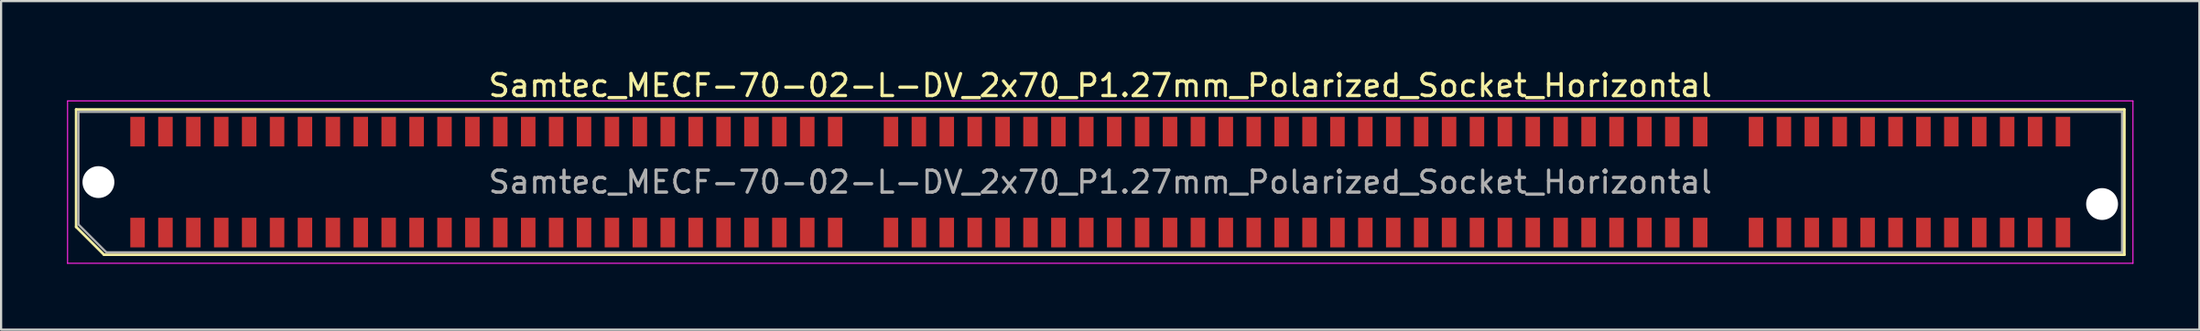
<source format=kicad_pcb>
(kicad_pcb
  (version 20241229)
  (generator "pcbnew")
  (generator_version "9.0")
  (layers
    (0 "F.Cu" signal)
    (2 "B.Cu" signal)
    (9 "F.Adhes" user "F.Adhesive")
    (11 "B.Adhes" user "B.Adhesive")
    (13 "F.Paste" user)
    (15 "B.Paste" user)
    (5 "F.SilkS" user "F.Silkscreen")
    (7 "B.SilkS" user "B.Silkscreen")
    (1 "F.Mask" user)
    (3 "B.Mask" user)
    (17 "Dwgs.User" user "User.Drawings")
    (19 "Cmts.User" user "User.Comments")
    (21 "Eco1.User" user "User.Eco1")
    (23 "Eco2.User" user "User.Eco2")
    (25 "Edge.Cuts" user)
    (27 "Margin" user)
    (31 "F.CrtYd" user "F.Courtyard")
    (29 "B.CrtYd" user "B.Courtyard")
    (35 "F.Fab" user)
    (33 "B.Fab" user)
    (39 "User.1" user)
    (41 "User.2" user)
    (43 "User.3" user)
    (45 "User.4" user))
  (footprint "Samtec_MECF-70-02-L-DV_2x70_P1.27mm_Polarized_Socket_Horizontal"
    (layer "F.Cu")
    (at 47.025 5.248)
    (property "Reference" "Samtec_MECF-70-02-L-DV_2x70_P1.27mm_Polarized_Socket_Horizontal" (at 0 -4.4 0) (layer "F.SilkS") (effects (font (size 1 1) (thickness 0.15))))
    (attr smd)
    (fp_line (start -46.61 -3.31) (end 46.61 -3.31) (stroke (width 0.12) (type solid)) (layer "F.SilkS"))
    (fp_line (start -46.61 2.04) (end -46.61 -3.31) (stroke (width 0.12) (type solid)) (layer "F.SilkS"))
    (fp_line (start -45.34 3.31) (end -46.61 2.04) (stroke (width 0.12) (type solid)) (layer "F.SilkS"))
    (fp_line (start -45.34 3.31) (end 46.61 3.31) (stroke (width 0.12) (type solid)) (layer "F.SilkS"))
    (fp_line (start 46.61 3.31) (end 46.61 -3.31) (stroke (width 0.12) (type solid)) (layer "F.SilkS"))
    (fp_line (start -47 -3.7) (end -47 3.7) (stroke (width 0.05) (type solid)) (layer "F.CrtYd"))
    (fp_line (start -47 3.7) (end 47 3.7) (stroke (width 0.05) (type solid)) (layer "F.CrtYd"))
    (fp_line (start 47 -3.7) (end -47 -3.7) (stroke (width 0.05) (type solid)) (layer "F.CrtYd"))
    (fp_line (start 47 3.7) (end 47 -3.7) (stroke (width 0.05) (type solid)) (layer "F.CrtYd"))
    (fp_line (start -46.505 -3.2) (end 46.505 -3.2) (stroke (width 0.1) (type solid)) (layer "F.Fab"))
    (fp_line (start -46.505 1.93) (end -46.505 -3.2) (stroke (width 0.1) (type solid)) (layer "F.Fab"))
    (fp_line (start -46.505 1.93) (end -45.235 3.2) (stroke (width 0.1) (type solid)) (layer "F.Fab"))
    (fp_line (start -45.235 3.2) (end 46.505 3.2) (stroke (width 0.1) (type solid)) (layer "F.Fab"))
    (fp_line (start 46.505 3.2) (end 46.505 -3.2) (stroke (width 0.1) (type solid)) (layer "F.Fab"))
    (fp_text user "${REFERENCE}" (at 0 0 0) (layer "F.Fab") (effects (font (size 1 1) (thickness 0.15))))
    (pad "" np_thru_hole circle (at -45.595 0) (size 1.45 1.45) (drill 1.45) (layers "*.Cu" "*.Mask"))
    (pad "" np_thru_hole circle (at 45.595 1) (size 1.45 1.45) (drill 1.45) (layers "*.Cu" "*.Mask"))
    (pad "1" smd rect (at -43.815 2.3) (size 0.66 1.35) (layers "F.Cu" "F.Mask" "F.Paste"))
    (pad "2" smd rect (at -43.815 -2.3) (size 0.66 1.35) (layers "F.Cu" "F.Mask" "F.Paste"))
    (pad "3" smd rect (at -42.545 2.3) (size 0.66 1.35) (layers "F.Cu" "F.Mask" "F.Paste"))
    (pad "4" smd rect (at -42.545 -2.3) (size 0.66 1.35) (layers "F.Cu" "F.Mask" "F.Paste"))
    (pad "5" smd rect (at -41.275 2.3) (size 0.66 1.35) (layers "F.Cu" "F.Mask" "F.Paste"))
    (pad "6" smd rect (at -41.275 -2.3) (size 0.66 1.35) (layers "F.Cu" "F.Mask" "F.Paste"))
    (pad "7" smd rect (at -40.005 2.3) (size 0.66 1.35) (layers "F.Cu" "F.Mask" "F.Paste"))
    (pad "8" smd rect (at -40.005 -2.3) (size 0.66 1.35) (layers "F.Cu" "F.Mask" "F.Paste"))
    (pad "9" smd rect (at -38.735 2.3) (size 0.66 1.35) (layers "F.Cu" "F.Mask" "F.Paste"))
    (pad "10" smd rect (at -38.735 -2.3) (size 0.66 1.35) (layers "F.Cu" "F.Mask" "F.Paste"))
    (pad "11" smd rect (at -37.465 2.3) (size 0.66 1.35) (layers "F.Cu" "F.Mask" "F.Paste"))
    (pad "12" smd rect (at -37.465 -2.3) (size 0.66 1.35) (layers "F.Cu" "F.Mask" "F.Paste"))
    (pad "13" smd rect (at -36.195 2.3) (size 0.66 1.35) (layers "F.Cu" "F.Mask" "F.Paste"))
    (pad "14" smd rect (at -36.195 -2.3) (size 0.66 1.35) (layers "F.Cu" "F.Mask" "F.Paste"))
    (pad "15" smd rect (at -34.925 2.3) (size 0.66 1.35) (layers "F.Cu" "F.Mask" "F.Paste"))
    (pad "16" smd rect (at -34.925 -2.3) (size 0.66 1.35) (layers "F.Cu" "F.Mask" "F.Paste"))
    (pad "17" smd rect (at -33.655 2.3) (size 0.66 1.35) (layers "F.Cu" "F.Mask" "F.Paste"))
    (pad "18" smd rect (at -33.655 -2.3) (size 0.66 1.35) (layers "F.Cu" "F.Mask" "F.Paste"))
    (pad "19" smd rect (at -32.385 2.3) (size 0.66 1.35) (layers "F.Cu" "F.Mask" "F.Paste"))
    (pad "20" smd rect (at -32.385 -2.3) (size 0.66 1.35) (layers "F.Cu" "F.Mask" "F.Paste"))
    (pad "21" smd rect (at -31.115 2.3) (size 0.66 1.35) (layers "F.Cu" "F.Mask" "F.Paste"))
    (pad "22" smd rect (at -31.115 -2.3) (size 0.66 1.35) (layers "F.Cu" "F.Mask" "F.Paste"))
    (pad "23" smd rect (at -29.845 2.3) (size 0.66 1.35) (layers "F.Cu" "F.Mask" "F.Paste"))
    (pad "24" smd rect (at -29.845 -2.3) (size 0.66 1.35) (layers "F.Cu" "F.Mask" "F.Paste"))
    (pad "25" smd rect (at -28.575 2.3) (size 0.66 1.35) (layers "F.Cu" "F.Mask" "F.Paste"))
    (pad "26" smd rect (at -28.575 -2.3) (size 0.66 1.35) (layers "F.Cu" "F.Mask" "F.Paste"))
    (pad "27" smd rect (at -27.305 2.3) (size 0.66 1.35) (layers "F.Cu" "F.Mask" "F.Paste"))
    (pad "28" smd rect (at -27.305 -2.3) (size 0.66 1.35) (layers "F.Cu" "F.Mask" "F.Paste"))
    (pad "29" smd rect (at -26.035 2.3) (size 0.66 1.35) (layers "F.Cu" "F.Mask" "F.Paste"))
    (pad "30" smd rect (at -26.035 -2.3) (size 0.66 1.35) (layers "F.Cu" "F.Mask" "F.Paste"))
    (pad "31" smd rect (at -24.765 2.3) (size 0.66 1.35) (layers "F.Cu" "F.Mask" "F.Paste"))
    (pad "32" smd rect (at -24.765 -2.3) (size 0.66 1.35) (layers "F.Cu" "F.Mask" "F.Paste"))
    (pad "33" smd rect (at -23.495 2.3) (size 0.66 1.35) (layers "F.Cu" "F.Mask" "F.Paste"))
    (pad "34" smd rect (at -23.495 -2.3) (size 0.66 1.35) (layers "F.Cu" "F.Mask" "F.Paste"))
    (pad "35" smd rect (at -22.225 2.3) (size 0.66 1.35) (layers "F.Cu" "F.Mask" "F.Paste"))
    (pad "36" smd rect (at -22.225 -2.3) (size 0.66 1.35) (layers "F.Cu" "F.Mask" "F.Paste"))
    (pad "37" smd rect (at -20.955 2.3) (size 0.66 1.35) (layers "F.Cu" "F.Mask" "F.Paste"))
    (pad "38" smd rect (at -20.955 -2.3) (size 0.66 1.35) (layers "F.Cu" "F.Mask" "F.Paste"))
    (pad "39" smd rect (at -19.685 2.3) (size 0.66 1.35) (layers "F.Cu" "F.Mask" "F.Paste"))
    (pad "40" smd rect (at -19.685 -2.3) (size 0.66 1.35) (layers "F.Cu" "F.Mask" "F.Paste"))
    (pad "41" smd rect (at -18.415 2.3) (size 0.66 1.35) (layers "F.Cu" "F.Mask" "F.Paste"))
    (pad "42" smd rect (at -18.415 -2.3) (size 0.66 1.35) (layers "F.Cu" "F.Mask" "F.Paste"))
    (pad "43" smd rect (at -17.145 2.3) (size 0.66 1.35) (layers "F.Cu" "F.Mask" "F.Paste"))
    (pad "44" smd rect (at -17.145 -2.3) (size 0.66 1.35) (layers "F.Cu" "F.Mask" "F.Paste"))
    (pad "45" smd rect (at -15.875 2.3) (size 0.66 1.35) (layers "F.Cu" "F.Mask" "F.Paste"))
    (pad "46" smd rect (at -15.875 -2.3) (size 0.66 1.35) (layers "F.Cu" "F.Mask" "F.Paste"))
    (pad "47" smd rect (at -14.605 2.3) (size 0.66 1.35) (layers "F.Cu" "F.Mask" "F.Paste"))
    (pad "48" smd rect (at -14.605 -2.3) (size 0.66 1.35) (layers "F.Cu" "F.Mask" "F.Paste"))
    (pad "49" smd rect (at -13.335 2.3) (size 0.66 1.35) (layers "F.Cu" "F.Mask" "F.Paste"))
    (pad "50" smd rect (at -13.335 -2.3) (size 0.66 1.35) (layers "F.Cu" "F.Mask" "F.Paste"))
    (pad "51" smd rect (at -12.065 2.3) (size 0.66 1.35) (layers "F.Cu" "F.Mask" "F.Paste"))
    (pad "52" smd rect (at -12.065 -2.3) (size 0.66 1.35) (layers "F.Cu" "F.Mask" "F.Paste"))
    (pad "55" smd rect (at -9.525 2.3) (size 0.66 1.35) (layers "F.Cu" "F.Mask" "F.Paste"))
    (pad "56" smd rect (at -9.525 -2.3) (size 0.66 1.35) (layers "F.Cu" "F.Mask" "F.Paste"))
    (pad "57" smd rect (at -8.255 2.3) (size 0.66 1.35) (layers "F.Cu" "F.Mask" "F.Paste"))
    (pad "58" smd rect (at -8.255 -2.3) (size 0.66 1.35) (layers "F.Cu" "F.Mask" "F.Paste"))
    (pad "59" smd rect (at -6.985 2.3) (size 0.66 1.35) (layers "F.Cu" "F.Mask" "F.Paste"))
    (pad "60" smd rect (at -6.985 -2.3) (size 0.66 1.35) (layers "F.Cu" "F.Mask" "F.Paste"))
    (pad "61" smd rect (at -5.715 2.3) (size 0.66 1.35) (layers "F.Cu" "F.Mask" "F.Paste"))
    (pad "62" smd rect (at -5.715 -2.3) (size 0.66 1.35) (layers "F.Cu" "F.Mask" "F.Paste"))
    (pad "63" smd rect (at -4.445 2.3) (size 0.66 1.35) (layers "F.Cu" "F.Mask" "F.Paste"))
    (pad "64" smd rect (at -4.445 -2.3) (size 0.66 1.35) (layers "F.Cu" "F.Mask" "F.Paste"))
    (pad "65" smd rect (at -3.175 2.3) (size 0.66 1.35) (layers "F.Cu" "F.Mask" "F.Paste"))
    (pad "66" smd rect (at -3.175 -2.3) (size 0.66 1.35) (layers "F.Cu" "F.Mask" "F.Paste"))
    (pad "67" smd rect (at -1.905 2.3) (size 0.66 1.35) (layers "F.Cu" "F.Mask" "F.Paste"))
    (pad "68" smd rect (at -1.905 -2.3) (size 0.66 1.35) (layers "F.Cu" "F.Mask" "F.Paste"))
    (pad "69" smd rect (at -0.635 2.3) (size 0.66 1.35) (layers "F.Cu" "F.Mask" "F.Paste"))
    (pad "70" smd rect (at -0.635 -2.3) (size 0.66 1.35) (layers "F.Cu" "F.Mask" "F.Paste"))
    (pad "71" smd rect (at 0.635 2.3) (size 0.66 1.35) (layers "F.Cu" "F.Mask" "F.Paste"))
    (pad "72" smd rect (at 0.635 -2.3) (size 0.66 1.35) (layers "F.Cu" "F.Mask" "F.Paste"))
    (pad "73" smd rect (at 1.905 2.3) (size 0.66 1.35) (layers "F.Cu" "F.Mask" "F.Paste"))
    (pad "74" smd rect (at 1.905 -2.3) (size 0.66 1.35) (layers "F.Cu" "F.Mask" "F.Paste"))
    (pad "75" smd rect (at 3.175 2.3) (size 0.66 1.35) (layers "F.Cu" "F.Mask" "F.Paste"))
    (pad "76" smd rect (at 3.175 -2.3) (size 0.66 1.35) (layers "F.Cu" "F.Mask" "F.Paste"))
    (pad "77" smd rect (at 4.445 2.3) (size 0.66 1.35) (layers "F.Cu" "F.Mask" "F.Paste"))
    (pad "78" smd rect (at 4.445 -2.3) (size 0.66 1.35) (layers "F.Cu" "F.Mask" "F.Paste"))
    (pad "79" smd rect (at 5.715 2.3) (size 0.66 1.35) (layers "F.Cu" "F.Mask" "F.Paste"))
    (pad "80" smd rect (at 5.715 -2.3) (size 0.66 1.35) (layers "F.Cu" "F.Mask" "F.Paste"))
    (pad "81" smd rect (at 6.985 2.3) (size 0.66 1.35) (layers "F.Cu" "F.Mask" "F.Paste"))
    (pad "82" smd rect (at 6.985 -2.3) (size 0.66 1.35) (layers "F.Cu" "F.Mask" "F.Paste"))
    (pad "83" smd rect (at 8.255 2.3) (size 0.66 1.35) (layers "F.Cu" "F.Mask" "F.Paste"))
    (pad "84" smd rect (at 8.255 -2.3) (size 0.66 1.35) (layers "F.Cu" "F.Mask" "F.Paste"))
    (pad "85" smd rect (at 9.525 2.3) (size 0.66 1.35) (layers "F.Cu" "F.Mask" "F.Paste"))
    (pad "86" smd rect (at 9.525 -2.3) (size 0.66 1.35) (layers "F.Cu" "F.Mask" "F.Paste"))
    (pad "87" smd rect (at 10.795 2.3) (size 0.66 1.35) (layers "F.Cu" "F.Mask" "F.Paste"))
    (pad "88" smd rect (at 10.795 -2.3) (size 0.66 1.35) (layers "F.Cu" "F.Mask" "F.Paste"))
    (pad "89" smd rect (at 12.065 2.3) (size 0.66 1.35) (layers "F.Cu" "F.Mask" "F.Paste"))
    (pad "90" smd rect (at 12.065 -2.3) (size 0.66 1.35) (layers "F.Cu" "F.Mask" "F.Paste"))
    (pad "91" smd rect (at 13.335 2.3) (size 0.66 1.35) (layers "F.Cu" "F.Mask" "F.Paste"))
    (pad "92" smd rect (at 13.335 -2.3) (size 0.66 1.35) (layers "F.Cu" "F.Mask" "F.Paste"))
    (pad "93" smd rect (at 14.605 2.3) (size 0.66 1.35) (layers "F.Cu" "F.Mask" "F.Paste"))
    (pad "94" smd rect (at 14.605 -2.3) (size 0.66 1.35) (layers "F.Cu" "F.Mask" "F.Paste"))
    (pad "95" smd rect (at 15.875 2.3) (size 0.66 1.35) (layers "F.Cu" "F.Mask" "F.Paste"))
    (pad "96" smd rect (at 15.875 -2.3) (size 0.66 1.35) (layers "F.Cu" "F.Mask" "F.Paste"))
    (pad "97" smd rect (at 17.145 2.3) (size 0.66 1.35) (layers "F.Cu" "F.Mask" "F.Paste"))
    (pad "98" smd rect (at 17.145 -2.3) (size 0.66 1.35) (layers "F.Cu" "F.Mask" "F.Paste"))
    (pad "99" smd rect (at 18.415 2.3) (size 0.66 1.35) (layers "F.Cu" "F.Mask" "F.Paste"))
    (pad "100" smd rect (at 18.415 -2.3) (size 0.66 1.35) (layers "F.Cu" "F.Mask" "F.Paste"))
    (pad "101" smd rect (at 19.685 2.3) (size 0.66 1.35) (layers "F.Cu" "F.Mask" "F.Paste"))
    (pad "102" smd rect (at 19.685 -2.3) (size 0.66 1.35) (layers "F.Cu" "F.Mask" "F.Paste"))
    (pad "103" smd rect (at 20.955 2.3) (size 0.66 1.35) (layers "F.Cu" "F.Mask" "F.Paste"))
    (pad "104" smd rect (at 20.955 -2.3) (size 0.66 1.35) (layers "F.Cu" "F.Mask" "F.Paste"))
    (pad "105" smd rect (at 22.225 2.3) (size 0.66 1.35) (layers "F.Cu" "F.Mask" "F.Paste"))
    (pad "106" smd rect (at 22.225 -2.3) (size 0.66 1.35) (layers "F.Cu" "F.Mask" "F.Paste"))
    (pad "107" smd rect (at 23.495 2.3) (size 0.66 1.35) (layers "F.Cu" "F.Mask" "F.Paste"))
    (pad "108" smd rect (at 23.495 -2.3) (size 0.66 1.35) (layers "F.Cu" "F.Mask" "F.Paste"))
    (pad "109" smd rect (at 24.765 2.3) (size 0.66 1.35) (layers "F.Cu" "F.Mask" "F.Paste"))
    (pad "110" smd rect (at 24.765 -2.3) (size 0.66 1.35) (layers "F.Cu" "F.Mask" "F.Paste"))
    (pad "111" smd rect (at 26.035 2.3) (size 0.66 1.35) (layers "F.Cu" "F.Mask" "F.Paste"))
    (pad "112" smd rect (at 26.035 -2.3) (size 0.66 1.35) (layers "F.Cu" "F.Mask" "F.Paste"))
    (pad "113" smd rect (at 27.305 2.3) (size 0.66 1.35) (layers "F.Cu" "F.Mask" "F.Paste"))
    (pad "114" smd rect (at 27.305 -2.3) (size 0.66 1.35) (layers "F.Cu" "F.Mask" "F.Paste"))
    (pad "117" smd rect (at 29.845 2.3) (size 0.66 1.35) (layers "F.Cu" "F.Mask" "F.Paste"))
    (pad "118" smd rect (at 29.845 -2.3) (size 0.66 1.35) (layers "F.Cu" "F.Mask" "F.Paste"))
    (pad "119" smd rect (at 31.115 2.3) (size 0.66 1.35) (layers "F.Cu" "F.Mask" "F.Paste"))
    (pad "120" smd rect (at 31.115 -2.3) (size 0.66 1.35) (layers "F.Cu" "F.Mask" "F.Paste"))
    (pad "121" smd rect (at 32.385 2.3) (size 0.66 1.35) (layers "F.Cu" "F.Mask" "F.Paste"))
    (pad "122" smd rect (at 32.385 -2.3) (size 0.66 1.35) (layers "F.Cu" "F.Mask" "F.Paste"))
    (pad "123" smd rect (at 33.655 2.3) (size 0.66 1.35) (layers "F.Cu" "F.Mask" "F.Paste"))
    (pad "124" smd rect (at 33.655 -2.3) (size 0.66 1.35) (layers "F.Cu" "F.Mask" "F.Paste"))
    (pad "125" smd rect (at 34.925 2.3) (size 0.66 1.35) (layers "F.Cu" "F.Mask" "F.Paste"))
    (pad "126" smd rect (at 34.925 -2.3) (size 0.66 1.35) (layers "F.Cu" "F.Mask" "F.Paste"))
    (pad "127" smd rect (at 36.195 2.3) (size 0.66 1.35) (layers "F.Cu" "F.Mask" "F.Paste"))
    (pad "128" smd rect (at 36.195 -2.3) (size 0.66 1.35) (layers "F.Cu" "F.Mask" "F.Paste"))
    (pad "129" smd rect (at 37.465 2.3) (size 0.66 1.35) (layers "F.Cu" "F.Mask" "F.Paste"))
    (pad "130" smd rect (at 37.465 -2.3) (size 0.66 1.35) (layers "F.Cu" "F.Mask" "F.Paste"))
    (pad "131" smd rect (at 38.735 2.3) (size 0.66 1.35) (layers "F.Cu" "F.Mask" "F.Paste"))
    (pad "132" smd rect (at 38.735 -2.3) (size 0.66 1.35) (layers "F.Cu" "F.Mask" "F.Paste"))
    (pad "133" smd rect (at 40.005 2.3) (size 0.66 1.35) (layers "F.Cu" "F.Mask" "F.Paste"))
    (pad "134" smd rect (at 40.005 -2.3) (size 0.66 1.35) (layers "F.Cu" "F.Mask" "F.Paste"))
    (pad "135" smd rect (at 41.275 2.3) (size 0.66 1.35) (layers "F.Cu" "F.Mask" "F.Paste"))
    (pad "136" smd rect (at 41.275 -2.3) (size 0.66 1.35) (layers "F.Cu" "F.Mask" "F.Paste"))
    (pad "137" smd rect (at 42.545 2.3) (size 0.66 1.35) (layers "F.Cu" "F.Mask" "F.Paste"))
    (pad "138" smd rect (at 42.545 -2.3) (size 0.66 1.35) (layers "F.Cu" "F.Mask" "F.Paste"))
    (pad "139" smd rect (at 43.815 2.3) (size 0.66 1.35) (layers "F.Cu" "F.Mask" "F.Paste"))
    (pad "140" smd rect (at 43.815 -2.3) (size 0.66 1.35) (layers "F.Cu" "F.Mask" "F.Paste")))
  (gr_rect
    (start -3 -3)
    (end 97.05 11.973)
    (stroke (width 0.1) (type default))
    (fill no)
    (layer "Edge.Cuts")))
</source>
